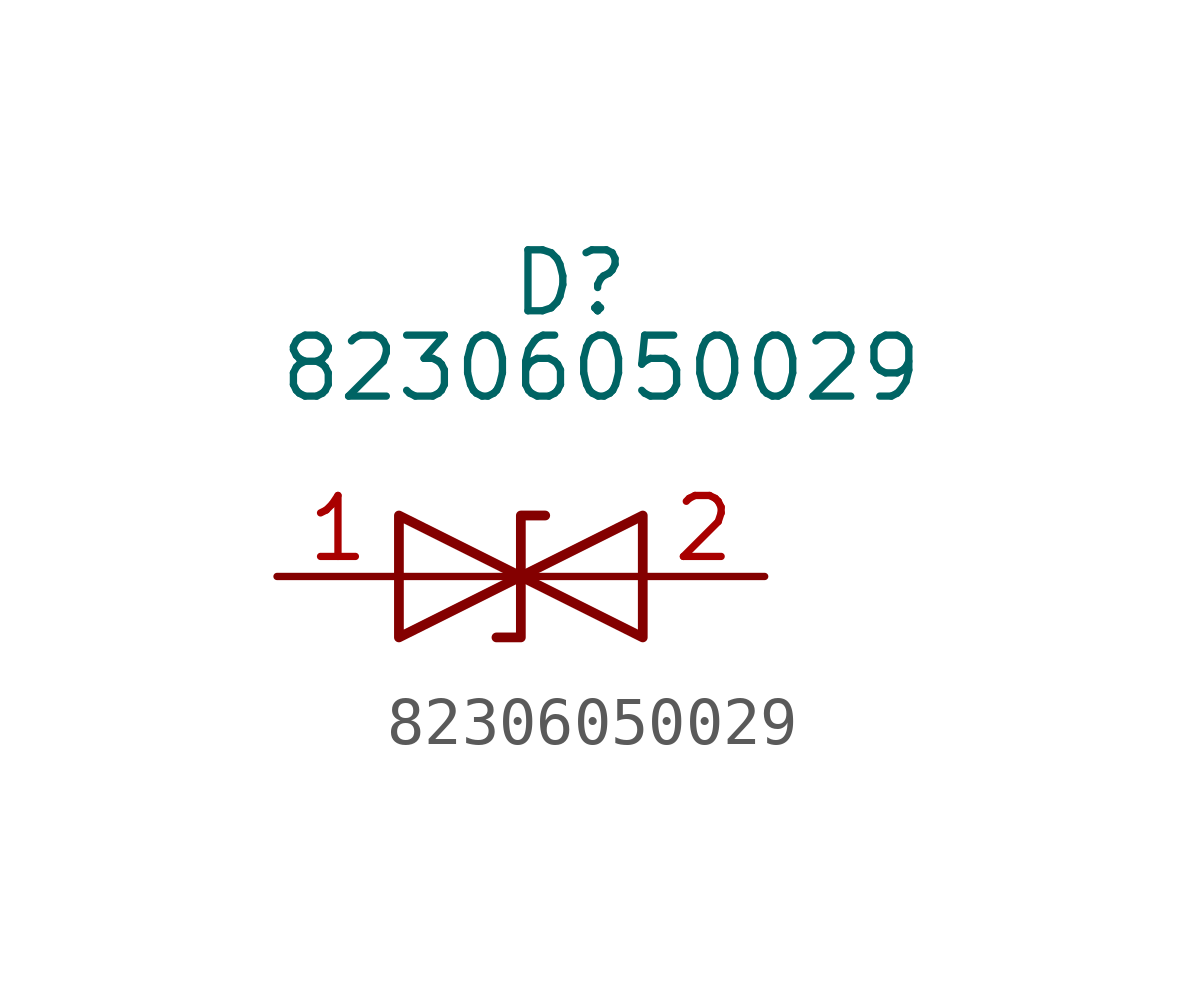
<source format=kicad_sym>
(kicad_symbol_lib
  (version 20241209)
  (generator "kicad_symbol_editor")
  (generator_version "9.0")
  (symbol "82306050029"
    (pin_names
      (hide yes))
    (property "Reference" "D"
      (at 18.796 5.588 0)
      (effects (font (size 1.27 1.27)) (justify left top)))
    (property "Value" "82306050029"
      (at 13.97 3.81 0)
      (effects (font (size 1.27 1.27)) (justify left top)))
    (symbol "82306050029_0_1"
      (polyline (pts (xy 16.51 -2.54) (xy 19.05 -1.27) (xy 16.51 0) (xy 16.51 -2.54)) (stroke (width 0.203) (type default)) (fill (type none)))
      (polyline (pts (xy 19.558 0) (xy 19.05 0) (xy 19.05 -2.54) (xy 18.542 -2.54)) (stroke (width 0.203) (type default)) (fill (type none)))
      (polyline (pts (xy 21.59 0) (xy 21.59 -2.54) (xy 19.05 -1.27) (xy 21.59 0)) (stroke (width 0.203) (type default)) (fill (type none)))
      (polyline (pts (xy 21.59 -1.27) (xy 16.51 -1.27)) (stroke (width 0) (type default)) (fill (type none))))
    (symbol "82306050029_1_1"
      (pin passive line (at 13.97 -1.27 0) (length 2.54) (name "A1" (effects (font (size 1.27 1.27)))) (number "1" (effects (font (size 1.27 1.27)))))
      (pin passive line (at 24.13 -1.27 180) (length 2.54) (name "A2" (effects (font (size 1.27 1.27)))) (number "2" (effects (font (size 1.27 1.27))))))))
</source>
